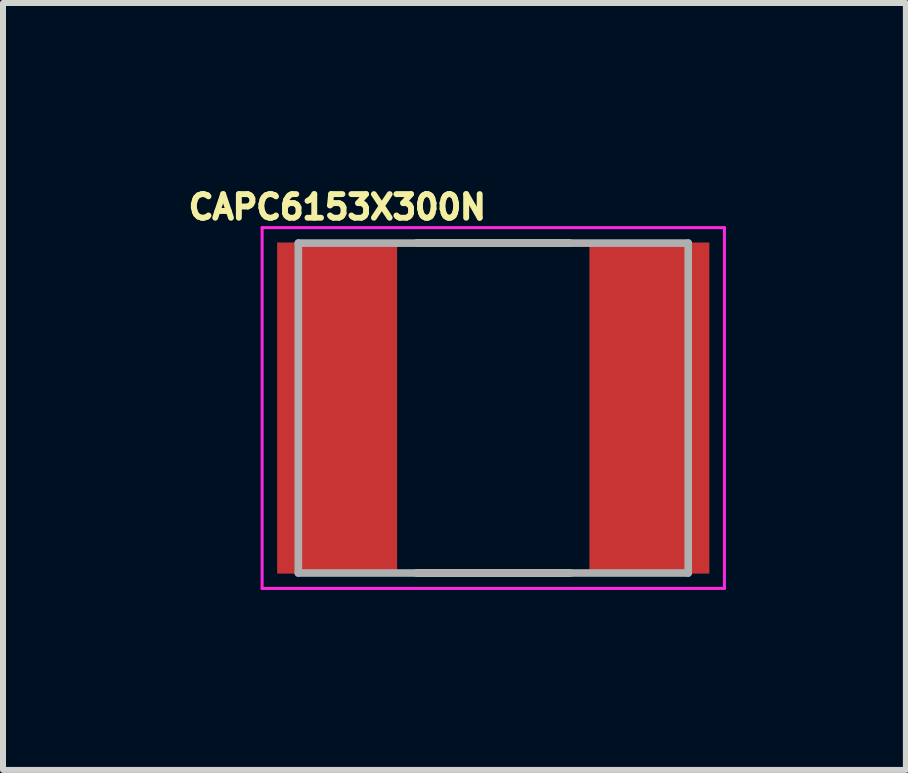
<source format=kicad_pcb>
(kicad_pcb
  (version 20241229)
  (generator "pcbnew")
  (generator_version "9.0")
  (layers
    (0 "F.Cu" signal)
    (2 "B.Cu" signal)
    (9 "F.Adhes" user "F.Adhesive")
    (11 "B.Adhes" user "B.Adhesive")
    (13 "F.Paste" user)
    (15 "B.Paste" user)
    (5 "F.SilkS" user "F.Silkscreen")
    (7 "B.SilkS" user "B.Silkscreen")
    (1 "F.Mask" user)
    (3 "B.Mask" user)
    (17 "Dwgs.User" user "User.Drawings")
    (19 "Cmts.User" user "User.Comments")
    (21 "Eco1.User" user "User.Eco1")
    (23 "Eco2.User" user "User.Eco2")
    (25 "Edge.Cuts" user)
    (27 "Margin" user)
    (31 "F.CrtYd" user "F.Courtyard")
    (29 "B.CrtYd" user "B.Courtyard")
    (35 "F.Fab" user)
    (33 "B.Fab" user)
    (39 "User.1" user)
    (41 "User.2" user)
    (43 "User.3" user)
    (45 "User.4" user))
  (footprint "CAPC6153X300N"
    (layer "F.Cu")
    (at 5.174 3.753)
    (property "Reference" "CAPC6153X300N" (at -2.6 -3.35 0) (layer "F.SilkS") (effects (font (size 0.394 0.394) (thickness 0.15))))
    (attr smd)
    (fp_line (start -1.28 -2.75) (end 1.28 -2.75) (stroke (width 0.127) (type solid)) (layer "F.SilkS"))
    (fp_line (start -1.28 2.75) (end 1.28 2.75) (stroke (width 0.127) (type solid)) (layer "F.SilkS"))
    (fp_line (start -3.854 -3.008) (end 3.854 -3.008) (stroke (width 0.05) (type solid)) (layer "F.CrtYd"))
    (fp_line (start -3.854 3.008) (end -3.854 -3.008) (stroke (width 0.05) (type solid)) (layer "F.CrtYd"))
    (fp_line (start -3.854 3.008) (end 3.854 3.008) (stroke (width 0.05) (type solid)) (layer "F.CrtYd"))
    (fp_line (start 3.854 3.008) (end 3.854 -3.008) (stroke (width 0.05) (type solid)) (layer "F.CrtYd"))
    (fp_line (start -3.25 2.75) (end -3.25 -2.75) (stroke (width 0.127) (type solid)) (layer "F.Fab"))
    (fp_line (start 3.25 -2.75) (end -3.25 -2.75) (stroke (width 0.127) (type solid)) (layer "F.Fab"))
    (fp_line (start 3.25 2.75) (end -3.25 2.75) (stroke (width 0.127) (type solid)) (layer "F.Fab"))
    (fp_line (start 3.25 2.75) (end 3.25 -2.75) (stroke (width 0.127) (type solid)) (layer "F.Fab"))
    (pad "1" smd rect (at -2.603 0) (size 2 5.52) (layers "F.Cu" "F.Mask" "F.Paste"))
    (pad "2" smd rect (at 2.603 0) (size 2 5.52) (layers "F.Cu" "F.Mask" "F.Paste")))
  (gr_rect
    (start -3 -3)
    (end 12.053 9.786)
    (stroke (width 0.1) (type default))
    (fill no)
    (layer "Edge.Cuts")))
</source>
